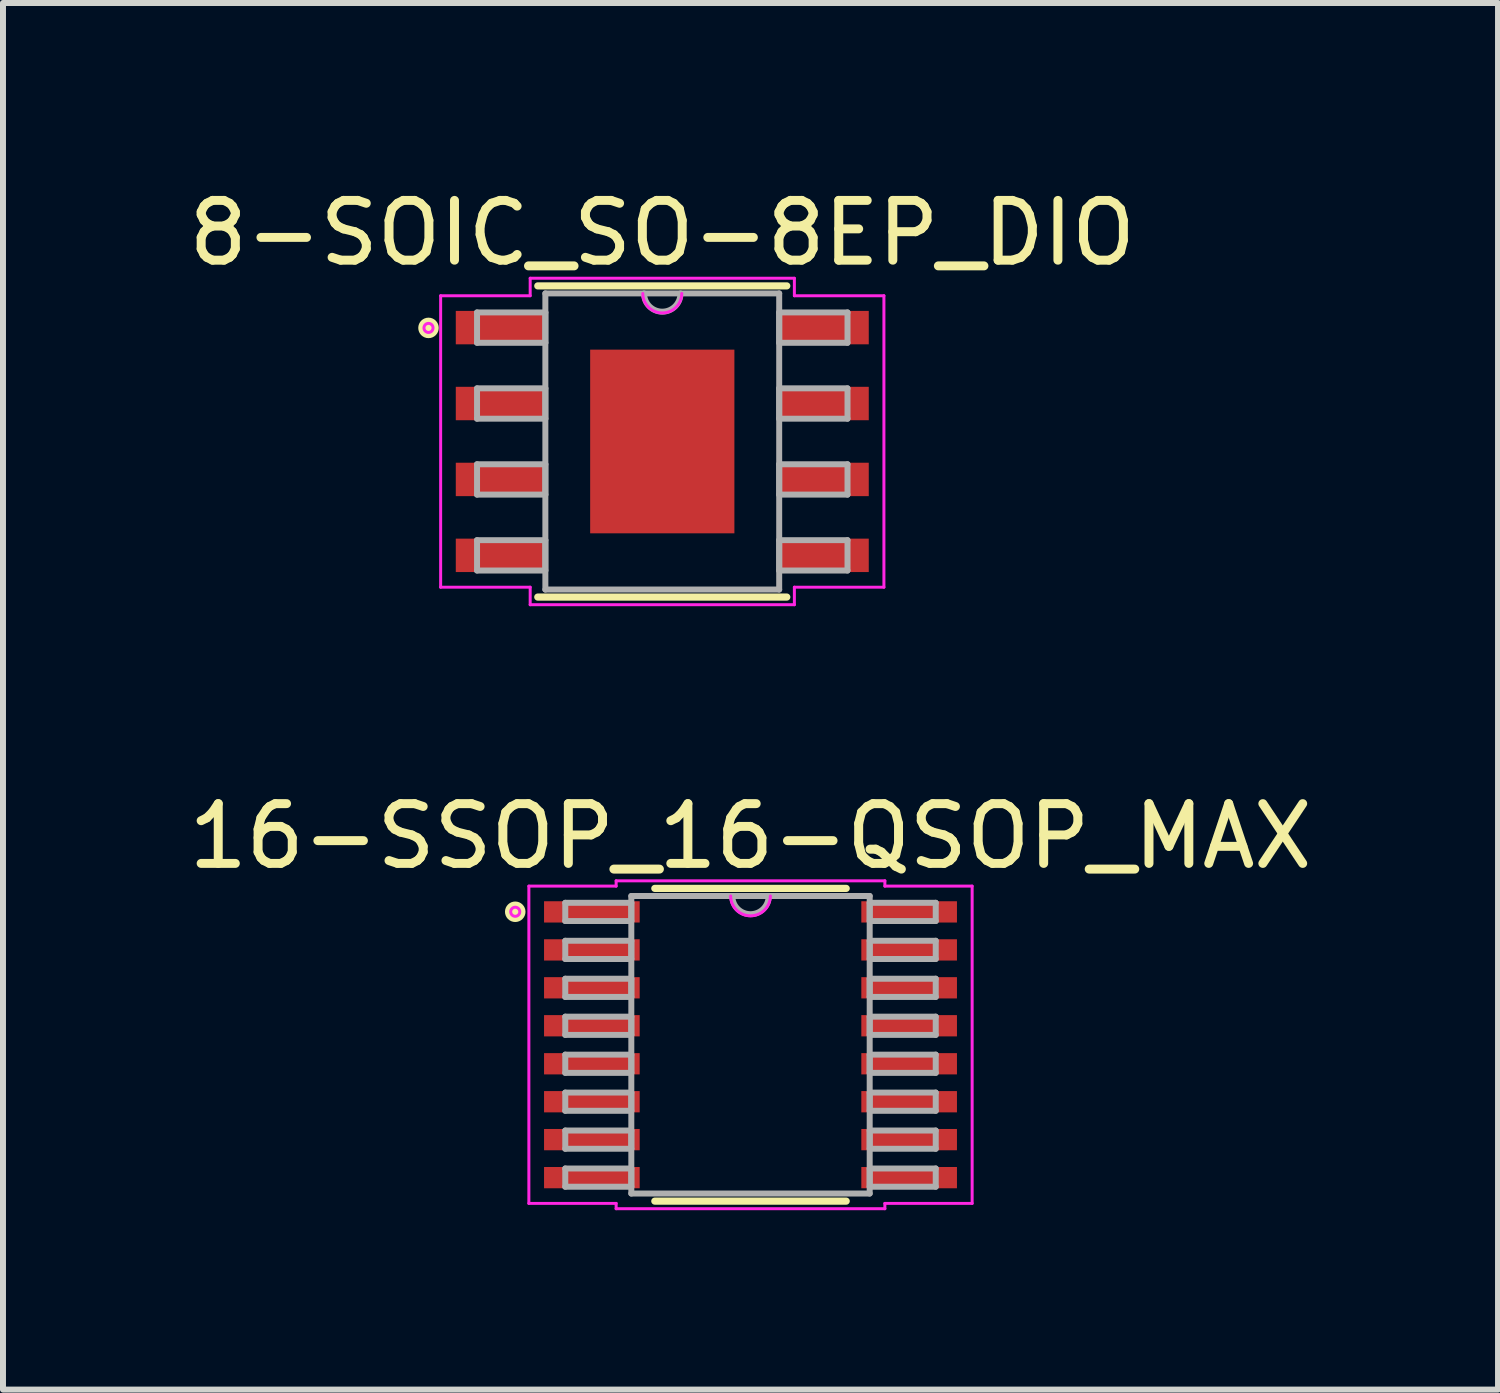
<source format=kicad_pcb>
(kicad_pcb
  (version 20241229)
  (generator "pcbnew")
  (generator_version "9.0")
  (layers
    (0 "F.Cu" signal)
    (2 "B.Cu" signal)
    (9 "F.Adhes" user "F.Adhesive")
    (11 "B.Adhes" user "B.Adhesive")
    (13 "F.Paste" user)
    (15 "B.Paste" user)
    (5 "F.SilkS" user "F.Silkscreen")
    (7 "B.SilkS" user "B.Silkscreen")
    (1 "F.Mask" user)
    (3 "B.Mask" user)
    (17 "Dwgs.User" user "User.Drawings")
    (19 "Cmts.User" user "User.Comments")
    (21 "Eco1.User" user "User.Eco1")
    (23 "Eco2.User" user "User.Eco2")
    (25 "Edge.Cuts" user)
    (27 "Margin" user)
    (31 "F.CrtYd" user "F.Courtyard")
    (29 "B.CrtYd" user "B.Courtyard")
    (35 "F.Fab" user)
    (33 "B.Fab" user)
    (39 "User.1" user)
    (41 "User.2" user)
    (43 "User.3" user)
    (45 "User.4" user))
  (footprint "16-SSOP_16-QSOP_MAX"
    (layer "F.Cu")
    (at 9.506 14.429)
    (property "Reference" "16-SSOP_16-QSOP_MAX" (at 0 -3.489 0) (layer "F.SilkS") (effects (font (size 1 1) (thickness 0.15))))
    (attr through_hole)
    (fp_line (start -1.601 2.616) (end 1.601 2.616) (stroke (width 0.12) (type solid)) (layer "F.SilkS"))
    (fp_line (start 1.601 -2.616) (end -1.601 -2.616) (stroke (width 0.12) (type solid)) (layer "F.SilkS"))
    (fp_circle (center -3.936 -2.225) (end -3.936 -2.225) (stroke (width 0.12) (type solid)) (fill no) (layer "F.SilkS"))
    (fp_circle (center -3.936 -2.225) (end -3.826 -2.207) (stroke (width 0.12) (type solid)) (fill no) (layer "F.SilkS"))
    (fp_line (start -3.708 -2.654) (end -2.248 -2.654) (stroke (width 0.05) (type solid)) (layer "F.CrtYd"))
    (fp_line (start -3.708 2.654) (end -3.708 -2.654) (stroke (width 0.05) (type solid)) (layer "F.CrtYd"))
    (fp_line (start -2.248 -2.743) (end 2.248 -2.743) (stroke (width 0.05) (type solid)) (layer "F.CrtYd"))
    (fp_line (start -2.248 -2.654) (end -2.248 -2.743) (stroke (width 0.05) (type solid)) (layer "F.CrtYd"))
    (fp_line (start -2.248 2.654) (end -3.708 2.654) (stroke (width 0.05) (type solid)) (layer "F.CrtYd"))
    (fp_line (start -2.248 2.743) (end -2.248 2.654) (stroke (width 0.05) (type solid)) (layer "F.CrtYd"))
    (fp_line (start 2.248 -2.743) (end 2.248 -2.654) (stroke (width 0.05) (type solid)) (layer "F.CrtYd"))
    (fp_line (start 2.248 -2.654) (end 3.708 -2.654) (stroke (width 0.05) (type solid)) (layer "F.CrtYd"))
    (fp_line (start 2.248 2.654) (end 2.248 2.743) (stroke (width 0.05) (type solid)) (layer "F.CrtYd"))
    (fp_line (start 2.248 2.743) (end -2.248 2.743) (stroke (width 0.05) (type solid)) (layer "F.CrtYd"))
    (fp_line (start 3.708 -2.654) (end 3.708 2.654) (stroke (width 0.05) (type solid)) (layer "F.CrtYd"))
    (fp_line (start 3.708 2.654) (end 2.248 2.654) (stroke (width 0.05) (type solid)) (layer "F.CrtYd"))
    (fp_arc (start 0.332317 -2.4892) (mid 0 -2.156883) (end -0.332317 -2.4892) (stroke (width 0.05) (type solid)) (layer "F.CrtYd"))
    (fp_circle (center -3.936 -2.225) (end -3.86 -2.225) (stroke (width 0.05) (type solid)) (fill no) (layer "F.CrtYd"))
    (fp_line (start -3.099 -2.375) (end -3.099 -2.07) (stroke (width 0.1) (type solid)) (layer "F.Fab"))
    (fp_line (start -3.099 -2.07) (end -1.994 -2.07) (stroke (width 0.1) (type solid)) (layer "F.Fab"))
    (fp_line (start -3.099 -1.74) (end -3.099 -1.435) (stroke (width 0.1) (type solid)) (layer "F.Fab"))
    (fp_line (start -3.099 -1.435) (end -1.994 -1.435) (stroke (width 0.1) (type solid)) (layer "F.Fab"))
    (fp_line (start -3.099 -1.105) (end -3.099 -0.8) (stroke (width 0.1) (type solid)) (layer "F.Fab"))
    (fp_line (start -3.099 -0.8) (end -1.994 -0.8) (stroke (width 0.1) (type solid)) (layer "F.Fab"))
    (fp_line (start -3.099 -0.47) (end -3.099 -0.165) (stroke (width 0.1) (type solid)) (layer "F.Fab"))
    (fp_line (start -3.099 -0.165) (end -1.994 -0.165) (stroke (width 0.1) (type solid)) (layer "F.Fab"))
    (fp_line (start -3.099 0.165) (end -3.099 0.47) (stroke (width 0.1) (type solid)) (layer "F.Fab"))
    (fp_line (start -3.099 0.47) (end -1.994 0.47) (stroke (width 0.1) (type solid)) (layer "F.Fab"))
    (fp_line (start -3.099 0.8) (end -3.099 1.105) (stroke (width 0.1) (type solid)) (layer "F.Fab"))
    (fp_line (start -3.099 1.105) (end -1.994 1.105) (stroke (width 0.1) (type solid)) (layer "F.Fab"))
    (fp_line (start -3.099 1.435) (end -3.099 1.74) (stroke (width 0.1) (type solid)) (layer "F.Fab"))
    (fp_line (start -3.099 1.74) (end -1.994 1.74) (stroke (width 0.1) (type solid)) (layer "F.Fab"))
    (fp_line (start -3.099 2.07) (end -3.099 2.375) (stroke (width 0.1) (type solid)) (layer "F.Fab"))
    (fp_line (start -3.099 2.375) (end -1.994 2.375) (stroke (width 0.1) (type solid)) (layer "F.Fab"))
    (fp_line (start -1.994 -2.489) (end -1.994 2.489) (stroke (width 0.1) (type solid)) (layer "F.Fab"))
    (fp_line (start -1.994 -2.375) (end -3.099 -2.375) (stroke (width 0.1) (type solid)) (layer "F.Fab"))
    (fp_line (start -1.994 -2.07) (end -1.994 -2.375) (stroke (width 0.1) (type solid)) (layer "F.Fab"))
    (fp_line (start -1.994 -1.74) (end -3.099 -1.74) (stroke (width 0.1) (type solid)) (layer "F.Fab"))
    (fp_line (start -1.994 -1.435) (end -1.994 -1.74) (stroke (width 0.1) (type solid)) (layer "F.Fab"))
    (fp_line (start -1.994 -1.105) (end -3.099 -1.105) (stroke (width 0.1) (type solid)) (layer "F.Fab"))
    (fp_line (start -1.994 -0.8) (end -1.994 -1.105) (stroke (width 0.1) (type solid)) (layer "F.Fab"))
    (fp_line (start -1.994 -0.47) (end -3.099 -0.47) (stroke (width 0.1) (type solid)) (layer "F.Fab"))
    (fp_line (start -1.994 -0.165) (end -1.994 -0.47) (stroke (width 0.1) (type solid)) (layer "F.Fab"))
    (fp_line (start -1.994 0.165) (end -3.099 0.165) (stroke (width 0.1) (type solid)) (layer "F.Fab"))
    (fp_line (start -1.994 0.47) (end -1.994 0.165) (stroke (width 0.1) (type solid)) (layer "F.Fab"))
    (fp_line (start -1.994 0.8) (end -3.099 0.8) (stroke (width 0.1) (type solid)) (layer "F.Fab"))
    (fp_line (start -1.994 1.105) (end -1.994 0.8) (stroke (width 0.1) (type solid)) (layer "F.Fab"))
    (fp_line (start -1.994 1.435) (end -3.099 1.435) (stroke (width 0.1) (type solid)) (layer "F.Fab"))
    (fp_line (start -1.994 1.74) (end -1.994 1.435) (stroke (width 0.1) (type solid)) (layer "F.Fab"))
    (fp_line (start -1.994 2.07) (end -3.099 2.07) (stroke (width 0.1) (type solid)) (layer "F.Fab"))
    (fp_line (start -1.994 2.375) (end -1.994 2.07) (stroke (width 0.1) (type solid)) (layer "F.Fab"))
    (fp_line (start -1.994 2.489) (end 1.994 2.489) (stroke (width 0.1) (type solid)) (layer "F.Fab"))
    (fp_line (start 1.994 -2.489) (end -1.994 -2.489) (stroke (width 0.1) (type solid)) (layer "F.Fab"))
    (fp_line (start 1.994 -2.375) (end 1.994 -2.07) (stroke (width 0.1) (type solid)) (layer "F.Fab"))
    (fp_line (start 1.994 -2.07) (end 3.099 -2.07) (stroke (width 0.1) (type solid)) (layer "F.Fab"))
    (fp_line (start 1.994 -1.74) (end 1.994 -1.435) (stroke (width 0.1) (type solid)) (layer "F.Fab"))
    (fp_line (start 1.994 -1.435) (end 3.099 -1.435) (stroke (width 0.1) (type solid)) (layer "F.Fab"))
    (fp_line (start 1.994 -1.105) (end 1.994 -0.8) (stroke (width 0.1) (type solid)) (layer "F.Fab"))
    (fp_line (start 1.994 -0.8) (end 3.099 -0.8) (stroke (width 0.1) (type solid)) (layer "F.Fab"))
    (fp_line (start 1.994 -0.47) (end 1.994 -0.165) (stroke (width 0.1) (type solid)) (layer "F.Fab"))
    (fp_line (start 1.994 -0.165) (end 3.099 -0.165) (stroke (width 0.1) (type solid)) (layer "F.Fab"))
    (fp_line (start 1.994 0.165) (end 1.994 0.47) (stroke (width 0.1) (type solid)) (layer "F.Fab"))
    (fp_line (start 1.994 0.47) (end 3.099 0.47) (stroke (width 0.1) (type solid)) (layer "F.Fab"))
    (fp_line (start 1.994 0.8) (end 1.994 1.105) (stroke (width 0.1) (type solid)) (layer "F.Fab"))
    (fp_line (start 1.994 1.105) (end 3.099 1.105) (stroke (width 0.1) (type solid)) (layer "F.Fab"))
    (fp_line (start 1.994 1.435) (end 1.994 1.74) (stroke (width 0.1) (type solid)) (layer "F.Fab"))
    (fp_line (start 1.994 1.74) (end 3.099 1.74) (stroke (width 0.1) (type solid)) (layer "F.Fab"))
    (fp_line (start 1.994 2.07) (end 1.994 2.375) (stroke (width 0.1) (type solid)) (layer "F.Fab"))
    (fp_line (start 1.994 2.375) (end 3.099 2.375) (stroke (width 0.1) (type solid)) (layer "F.Fab"))
    (fp_line (start 1.994 2.489) (end 1.994 -2.489) (stroke (width 0.1) (type solid)) (layer "F.Fab"))
    (fp_line (start 3.099 -2.375) (end 1.994 -2.375) (stroke (width 0.1) (type solid)) (layer "F.Fab"))
    (fp_line (start 3.099 -2.07) (end 3.099 -2.375) (stroke (width 0.1) (type solid)) (layer "F.Fab"))
    (fp_line (start 3.099 -1.74) (end 1.994 -1.74) (stroke (width 0.1) (type solid)) (layer "F.Fab"))
    (fp_line (start 3.099 -1.435) (end 3.099 -1.74) (stroke (width 0.1) (type solid)) (layer "F.Fab"))
    (fp_line (start 3.099 -1.105) (end 1.994 -1.105) (stroke (width 0.1) (type solid)) (layer "F.Fab"))
    (fp_line (start 3.099 -0.8) (end 3.099 -1.105) (stroke (width 0.1) (type solid)) (layer "F.Fab"))
    (fp_line (start 3.099 -0.47) (end 1.994 -0.47) (stroke (width 0.1) (type solid)) (layer "F.Fab"))
    (fp_line (start 3.099 -0.165) (end 3.099 -0.47) (stroke (width 0.1) (type solid)) (layer "F.Fab"))
    (fp_line (start 3.099 0.165) (end 1.994 0.165) (stroke (width 0.1) (type solid)) (layer "F.Fab"))
    (fp_line (start 3.099 0.47) (end 3.099 0.165) (stroke (width 0.1) (type solid)) (layer "F.Fab"))
    (fp_line (start 3.099 0.8) (end 1.994 0.8) (stroke (width 0.1) (type solid)) (layer "F.Fab"))
    (fp_line (start 3.099 1.105) (end 3.099 0.8) (stroke (width 0.1) (type solid)) (layer "F.Fab"))
    (fp_line (start 3.099 1.435) (end 1.994 1.435) (stroke (width 0.1) (type solid)) (layer "F.Fab"))
    (fp_line (start 3.099 1.74) (end 3.099 1.435) (stroke (width 0.1) (type solid)) (layer "F.Fab"))
    (fp_line (start 3.099 2.07) (end 1.994 2.07) (stroke (width 0.1) (type solid)) (layer "F.Fab"))
    (fp_line (start 3.099 2.375) (end 3.099 2.07) (stroke (width 0.1) (type solid)) (layer "F.Fab"))
    (fp_arc (start 0.3048 -2.4892) (mid 0 -2.1844) (end -0.3048 -2.4892) (stroke (width 0.1) (type solid)) (layer "F.Fab"))
    (pad "1" smd rect (at -2.654 -2.223) (size 1.6 0.356) (layers "F.Cu" "F.Mask" "F.Paste"))
    (pad "2" smd rect (at -2.654 -1.587) (size 1.6 0.356) (layers "F.Cu" "F.Mask" "F.Paste"))
    (pad "3" smd rect (at -2.654 -0.953) (size 1.6 0.356) (layers "F.Cu" "F.Mask" "F.Paste"))
    (pad "4" smd rect (at -2.654 -0.318) (size 1.6 0.356) (layers "F.Cu" "F.Mask" "F.Paste"))
    (pad "5" smd rect (at -2.654 0.318) (size 1.6 0.356) (layers "F.Cu" "F.Mask" "F.Paste"))
    (pad "6" smd rect (at -2.654 0.953) (size 1.6 0.356) (layers "F.Cu" "F.Mask" "F.Paste"))
    (pad "7" smd rect (at -2.654 1.587) (size 1.6 0.356) (layers "F.Cu" "F.Mask" "F.Paste"))
    (pad "8" smd rect (at -2.654 2.223) (size 1.6 0.356) (layers "F.Cu" "F.Mask" "F.Paste"))
    (pad "9" smd rect (at 2.654 2.223) (size 1.6 0.356) (layers "F.Cu" "F.Mask" "F.Paste"))
    (pad "10" smd rect (at 2.654 1.587) (size 1.6 0.356) (layers "F.Cu" "F.Mask" "F.Paste"))
    (pad "11" smd rect (at 2.654 0.953) (size 1.6 0.356) (layers "F.Cu" "F.Mask" "F.Paste"))
    (pad "12" smd rect (at 2.654 0.318) (size 1.6 0.356) (layers "F.Cu" "F.Mask" "F.Paste"))
    (pad "13" smd rect (at 2.654 -0.318) (size 1.6 0.356) (layers "F.Cu" "F.Mask" "F.Paste"))
    (pad "14" smd rect (at 2.654 -0.953) (size 1.6 0.356) (layers "F.Cu" "F.Mask" "F.Paste"))
    (pad "15" smd rect (at 2.654 -1.587) (size 1.6 0.356) (layers "F.Cu" "F.Mask" "F.Paste"))
    (pad "16" smd rect (at 2.654 -2.223) (size 1.6 0.356) (layers "F.Cu" "F.Mask" "F.Paste")))
  (footprint "8-SOIC_SO-8EP_DIO"
    (layer "F.Cu")
    (at 8.03 4.336)
    (property "Reference" "8-SOIC_SO-8EP_DIO" (at 0 -3.488 0) (layer "F.SilkS") (effects (font (size 1 1) (thickness 0.15))))
    (attr through_hole)
    (fp_line (start -2.083 2.603) (end 2.083 2.603) (stroke (width 0.12) (type solid)) (layer "F.SilkS"))
    (fp_line (start 2.083 -2.603) (end -2.083 -2.603) (stroke (width 0.12) (type solid)) (layer "F.SilkS"))
    (fp_circle (center -3.911 -1.9) (end -3.911 -1.9) (stroke (width 0.12) (type solid)) (fill no) (layer "F.SilkS"))
    (fp_circle (center -3.911 -1.9) (end -3.801 -1.882) (stroke (width 0.12) (type solid)) (fill no) (layer "F.SilkS"))
    (fp_poly (pts (xy -1.107 -1.437) (xy -1.107 -0.1) (xy 1.107 -0.1) (xy 1.107 -1.437)) (stroke (width 0.1) (type solid)) (fill yes) (layer "F.Paste"))
    (fp_poly (pts (xy -1.107 0.1) (xy -1.107 1.437) (xy 1.107 1.437) (xy 1.107 0.1)) (stroke (width 0.1) (type solid)) (fill yes) (layer "F.Paste"))
    (fp_line (start -3.708 -2.438) (end -2.21 -2.438) (stroke (width 0.05) (type solid)) (layer "F.CrtYd"))
    (fp_line (start -3.708 2.438) (end -3.708 -2.438) (stroke (width 0.05) (type solid)) (layer "F.CrtYd"))
    (fp_line (start -2.21 -2.731) (end 2.21 -2.731) (stroke (width 0.05) (type solid)) (layer "F.CrtYd"))
    (fp_line (start -2.21 -2.438) (end -2.21 -2.731) (stroke (width 0.05) (type solid)) (layer "F.CrtYd"))
    (fp_line (start -2.21 2.438) (end -3.708 2.438) (stroke (width 0.05) (type solid)) (layer "F.CrtYd"))
    (fp_line (start -2.21 2.731) (end -2.21 2.438) (stroke (width 0.05) (type solid)) (layer "F.CrtYd"))
    (fp_line (start 2.21 -2.731) (end 2.21 -2.438) (stroke (width 0.05) (type solid)) (layer "F.CrtYd"))
    (fp_line (start 2.21 -2.438) (end 3.708 -2.438) (stroke (width 0.05) (type solid)) (layer "F.CrtYd"))
    (fp_line (start 2.21 2.438) (end 2.21 2.731) (stroke (width 0.05) (type solid)) (layer "F.CrtYd"))
    (fp_line (start 2.21 2.731) (end -2.21 2.731) (stroke (width 0.05) (type solid)) (layer "F.CrtYd"))
    (fp_line (start 3.708 -2.438) (end 3.708 2.438) (stroke (width 0.05) (type solid)) (layer "F.CrtYd"))
    (fp_line (start 3.708 2.438) (end 2.21 2.438) (stroke (width 0.05) (type solid)) (layer "F.CrtYd"))
    (fp_arc (start 0.325967 -2.4765) (mid 0 -2.150533) (end -0.325967 -2.4765) (stroke (width 0.05) (type solid)) (layer "F.CrtYd"))
    (fp_circle (center -3.911 -1.9) (end -3.835 -1.9) (stroke (width 0.05) (type solid)) (fill no) (layer "F.CrtYd"))
    (fp_line (start -3.099 -2.159) (end -3.099 -1.651) (stroke (width 0.1) (type solid)) (layer "F.Fab"))
    (fp_line (start -3.099 -1.651) (end -1.956 -1.651) (stroke (width 0.1) (type solid)) (layer "F.Fab"))
    (fp_line (start -3.099 -0.889) (end -3.099 -0.381) (stroke (width 0.1) (type solid)) (layer "F.Fab"))
    (fp_line (start -3.099 -0.381) (end -1.956 -0.381) (stroke (width 0.1) (type solid)) (layer "F.Fab"))
    (fp_line (start -3.099 0.381) (end -3.099 0.889) (stroke (width 0.1) (type solid)) (layer "F.Fab"))
    (fp_line (start -3.099 0.889) (end -1.956 0.889) (stroke (width 0.1) (type solid)) (layer "F.Fab"))
    (fp_line (start -3.099 1.651) (end -3.099 2.159) (stroke (width 0.1) (type solid)) (layer "F.Fab"))
    (fp_line (start -3.099 2.159) (end -1.956 2.159) (stroke (width 0.1) (type solid)) (layer "F.Fab"))
    (fp_line (start -1.956 -2.477) (end -1.956 2.477) (stroke (width 0.1) (type solid)) (layer "F.Fab"))
    (fp_line (start -1.956 -2.159) (end -3.099 -2.159) (stroke (width 0.1) (type solid)) (layer "F.Fab"))
    (fp_line (start -1.956 -1.651) (end -1.956 -2.159) (stroke (width 0.1) (type solid)) (layer "F.Fab"))
    (fp_line (start -1.956 -0.889) (end -3.099 -0.889) (stroke (width 0.1) (type solid)) (layer "F.Fab"))
    (fp_line (start -1.956 -0.381) (end -1.956 -0.889) (stroke (width 0.1) (type solid)) (layer "F.Fab"))
    (fp_line (start -1.956 0.381) (end -3.099 0.381) (stroke (width 0.1) (type solid)) (layer "F.Fab"))
    (fp_line (start -1.956 0.889) (end -1.956 0.381) (stroke (width 0.1) (type solid)) (layer "F.Fab"))
    (fp_line (start -1.956 1.651) (end -3.099 1.651) (stroke (width 0.1) (type solid)) (layer "F.Fab"))
    (fp_line (start -1.956 2.159) (end -1.956 1.651) (stroke (width 0.1) (type solid)) (layer "F.Fab"))
    (fp_line (start -1.956 2.477) (end 1.956 2.477) (stroke (width 0.1) (type solid)) (layer "F.Fab"))
    (fp_line (start 1.956 -2.477) (end -1.956 -2.477) (stroke (width 0.1) (type solid)) (layer "F.Fab"))
    (fp_line (start 1.956 -2.159) (end 1.956 -1.651) (stroke (width 0.1) (type solid)) (layer "F.Fab"))
    (fp_line (start 1.956 -1.651) (end 3.099 -1.651) (stroke (width 0.1) (type solid)) (layer "F.Fab"))
    (fp_line (start 1.956 -0.889) (end 1.956 -0.381) (stroke (width 0.1) (type solid)) (layer "F.Fab"))
    (fp_line (start 1.956 -0.381) (end 3.099 -0.381) (stroke (width 0.1) (type solid)) (layer "F.Fab"))
    (fp_line (start 1.956 0.381) (end 1.956 0.889) (stroke (width 0.1) (type solid)) (layer "F.Fab"))
    (fp_line (start 1.956 0.889) (end 3.099 0.889) (stroke (width 0.1) (type solid)) (layer "F.Fab"))
    (fp_line (start 1.956 1.651) (end 1.956 2.159) (stroke (width 0.1) (type solid)) (layer "F.Fab"))
    (fp_line (start 1.956 2.159) (end 3.099 2.159) (stroke (width 0.1) (type solid)) (layer "F.Fab"))
    (fp_line (start 1.956 2.477) (end 1.956 -2.477) (stroke (width 0.1) (type solid)) (layer "F.Fab"))
    (fp_line (start 3.099 -2.159) (end 1.956 -2.159) (stroke (width 0.1) (type solid)) (layer "F.Fab"))
    (fp_line (start 3.099 -1.651) (end 3.099 -2.159) (stroke (width 0.1) (type solid)) (layer "F.Fab"))
    (fp_line (start 3.099 -0.889) (end 1.956 -0.889) (stroke (width 0.1) (type solid)) (layer "F.Fab"))
    (fp_line (start 3.099 -0.381) (end 3.099 -0.889) (stroke (width 0.1) (type solid)) (layer "F.Fab"))
    (fp_line (start 3.099 0.381) (end 1.956 0.381) (stroke (width 0.1) (type solid)) (layer "F.Fab"))
    (fp_line (start 3.099 0.889) (end 3.099 0.381) (stroke (width 0.1) (type solid)) (layer "F.Fab"))
    (fp_line (start 3.099 1.651) (end 1.956 1.651) (stroke (width 0.1) (type solid)) (layer "F.Fab"))
    (fp_line (start 3.099 2.159) (end 3.099 1.651) (stroke (width 0.1) (type solid)) (layer "F.Fab"))
    (fp_arc (start 0.3048 -2.4765) (mid 0 -2.1717) (end -0.3048 -2.4765) (stroke (width 0.1) (type solid)) (layer "F.Fab"))
    (pad "1" smd rect (at -2.705 -1.905) (size 1.499 0.559) (layers "F.Cu" "F.Mask" "F.Paste"))
    (pad "2" smd rect (at -2.705 -0.635) (size 1.499 0.559) (layers "F.Cu" "F.Mask" "F.Paste"))
    (pad "3" smd rect (at -2.705 0.635) (size 1.499 0.559) (layers "F.Cu" "F.Mask" "F.Paste"))
    (pad "4" smd rect (at -2.705 1.905) (size 1.499 0.559) (layers "F.Cu" "F.Mask" "F.Paste"))
    (pad "5" smd rect (at 2.705 1.905) (size 1.499 0.559) (layers "F.Cu" "F.Mask" "F.Paste"))
    (pad "6" smd rect (at 2.705 0.635) (size 1.499 0.559) (layers "F.Cu" "F.Mask" "F.Paste"))
    (pad "7" smd rect (at 2.705 -0.635) (size 1.499 0.559) (layers "F.Cu" "F.Mask" "F.Paste"))
    (pad "8" smd rect (at 2.705 -1.905) (size 1.499 0.559) (layers "F.Cu" "F.Mask" "F.Paste"))
    (pad "EPAD" smd rect (at 0 0) (size 2.413 3.073) (layers "F.Cu" "F.Mask")))
  (gr_rect
    (start -3 -3)
    (end 22.012 20.198)
    (stroke (width 0.1) (type default))
    (fill no)
    (layer "Edge.Cuts")))
</source>
